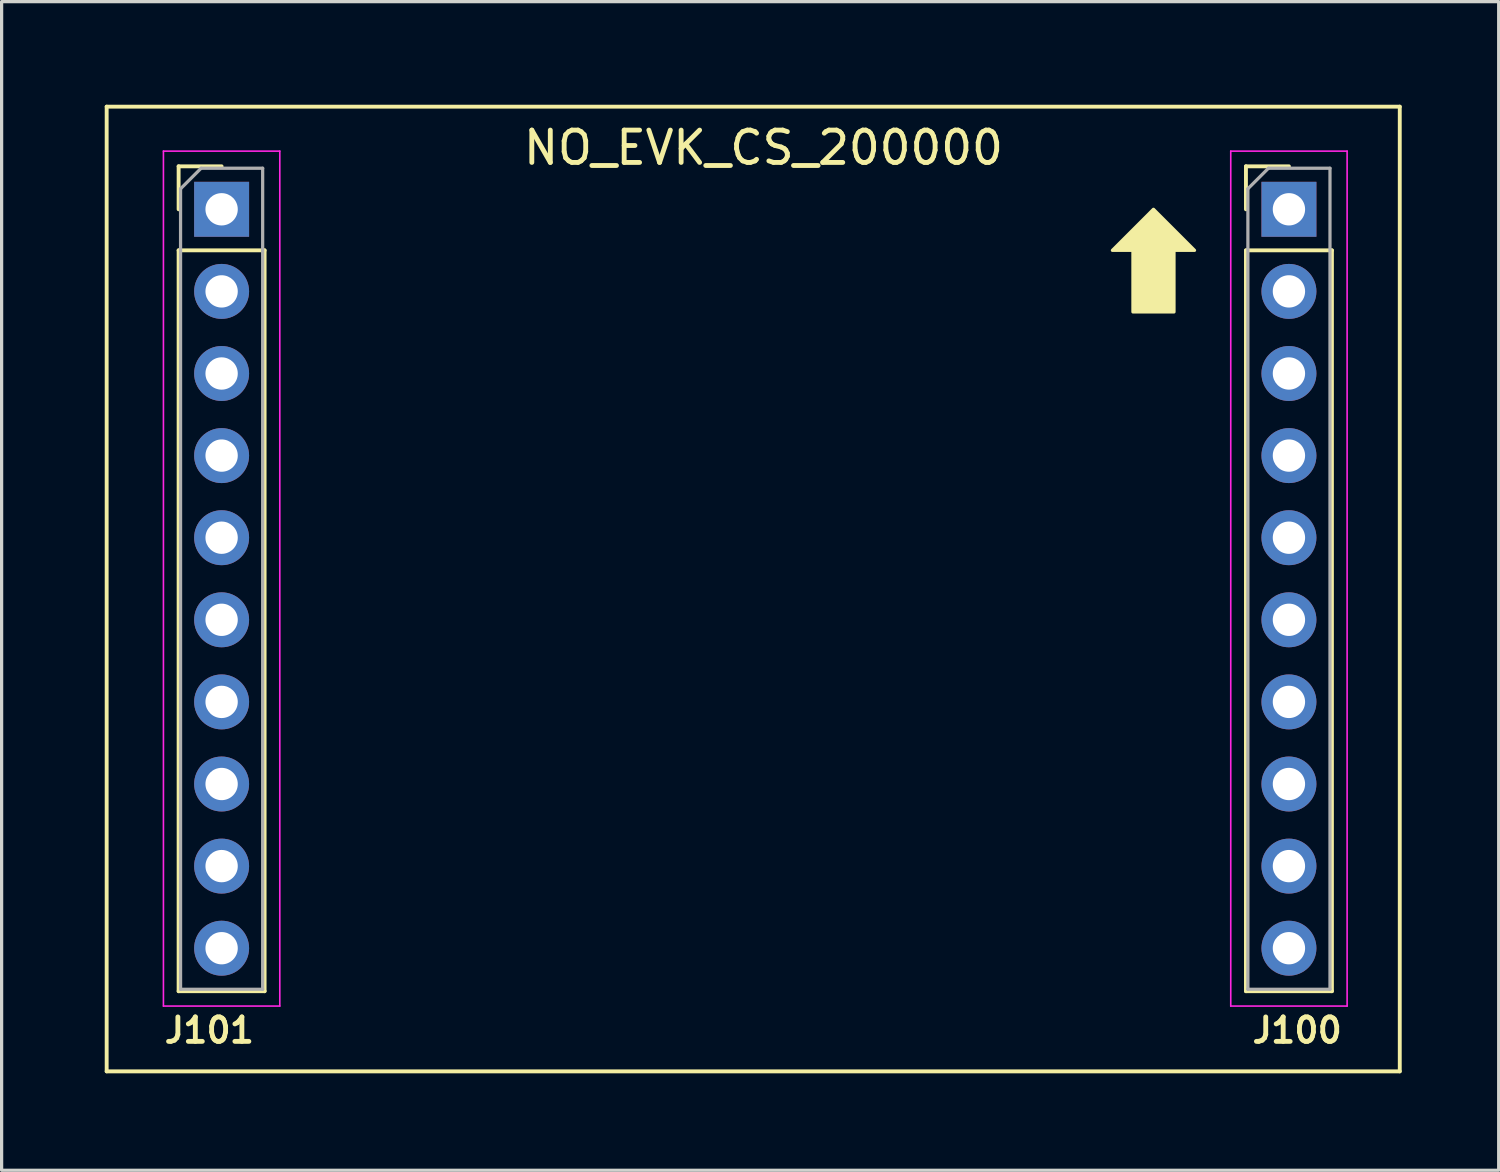
<source format=kicad_pcb>
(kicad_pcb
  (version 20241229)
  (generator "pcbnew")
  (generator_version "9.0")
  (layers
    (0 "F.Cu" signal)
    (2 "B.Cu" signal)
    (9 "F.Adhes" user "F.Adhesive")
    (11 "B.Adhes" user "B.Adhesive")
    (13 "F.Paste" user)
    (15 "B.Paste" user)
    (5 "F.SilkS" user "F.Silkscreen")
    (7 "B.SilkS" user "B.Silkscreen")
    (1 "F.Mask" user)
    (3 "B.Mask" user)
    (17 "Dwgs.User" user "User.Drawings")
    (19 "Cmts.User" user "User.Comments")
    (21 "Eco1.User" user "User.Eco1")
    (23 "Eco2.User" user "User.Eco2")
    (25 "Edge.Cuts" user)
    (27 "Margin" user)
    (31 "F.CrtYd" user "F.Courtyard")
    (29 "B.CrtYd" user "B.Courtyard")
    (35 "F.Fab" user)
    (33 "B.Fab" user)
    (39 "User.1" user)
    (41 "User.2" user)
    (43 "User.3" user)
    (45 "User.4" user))
  (footprint "NO_EVK_CS_200000"
    (layer "F.Cu")
    (at 0.25 0.25)
    (property "Reference" "NO_EVK_CS_200000" (at 20.32 1.27 0) (layer "F.SilkS") (effects (font (size 1 1) (thickness 0.15))))
    (attr through_hole)
    (fp_line (start 0 0) (end 0 29.845) (stroke (width 0.12) (type solid)) (layer "F.SilkS"))
    (fp_line (start 0 0) (end 40.005 0) (stroke (width 0.12) (type solid)) (layer "F.SilkS"))
    (fp_line (start 0 29.845) (end 40.005 29.845) (stroke (width 0.12) (type solid)) (layer "F.SilkS"))
    (fp_line (start 2.226 1.845) (end 3.556 1.845) (stroke (width 0.12) (type solid)) (layer "F.SilkS"))
    (fp_line (start 2.226 3.175) (end 2.226 1.845) (stroke (width 0.12) (type solid)) (layer "F.SilkS"))
    (fp_line (start 2.226 4.445) (end 2.226 27.365) (stroke (width 0.12) (type solid)) (layer "F.SilkS"))
    (fp_line (start 2.226 4.445) (end 4.886 4.445) (stroke (width 0.12) (type solid)) (layer "F.SilkS"))
    (fp_line (start 2.226 27.365) (end 4.886 27.365) (stroke (width 0.12) (type solid)) (layer "F.SilkS"))
    (fp_line (start 4.886 4.445) (end 4.886 27.365) (stroke (width 0.12) (type solid)) (layer "F.SilkS"))
    (fp_line (start 35.246 1.845) (end 36.576 1.845) (stroke (width 0.12) (type solid)) (layer "F.SilkS"))
    (fp_line (start 35.246 3.175) (end 35.246 1.845) (stroke (width 0.12) (type solid)) (layer "F.SilkS"))
    (fp_line (start 35.246 4.445) (end 35.246 27.365) (stroke (width 0.12) (type solid)) (layer "F.SilkS"))
    (fp_line (start 35.246 4.445) (end 37.906 4.445) (stroke (width 0.12) (type solid)) (layer "F.SilkS"))
    (fp_line (start 35.246 27.365) (end 37.906 27.365) (stroke (width 0.12) (type solid)) (layer "F.SilkS"))
    (fp_line (start 37.906 4.445) (end 37.906 27.365) (stroke (width 0.12) (type solid)) (layer "F.SilkS"))
    (fp_line (start 40.005 0) (end 40.005 29.845) (stroke (width 0.12) (type solid)) (layer "F.SilkS"))
    (fp_poly (pts (xy 33.655 4.445) (xy 33.02 4.445) (xy 33.02 6.35) (xy 31.75 6.35) (xy 31.75 4.445) (xy 31.115 4.445) (xy 32.385 3.175)) (stroke (width 0.1) (type solid)) (fill yes) (layer "F.SilkS"))
    (fp_line (start 1.756 1.375) (end 1.756 27.825) (stroke (width 0.05) (type solid)) (layer "F.CrtYd"))
    (fp_line (start 1.756 27.825) (end 5.356 27.825) (stroke (width 0.05) (type solid)) (layer "F.CrtYd"))
    (fp_line (start 5.356 1.375) (end 1.756 1.375) (stroke (width 0.05) (type solid)) (layer "F.CrtYd"))
    (fp_line (start 5.356 27.825) (end 5.356 1.375) (stroke (width 0.05) (type solid)) (layer "F.CrtYd"))
    (fp_line (start 34.776 1.375) (end 34.776 27.825) (stroke (width 0.05) (type solid)) (layer "F.CrtYd"))
    (fp_line (start 34.776 27.825) (end 38.376 27.825) (stroke (width 0.05) (type solid)) (layer "F.CrtYd"))
    (fp_line (start 38.376 1.375) (end 34.776 1.375) (stroke (width 0.05) (type solid)) (layer "F.CrtYd"))
    (fp_line (start 38.376 27.825) (end 38.376 1.375) (stroke (width 0.05) (type solid)) (layer "F.CrtYd"))
    (fp_line (start 2.286 2.54) (end 2.921 1.905) (stroke (width 0.1) (type solid)) (layer "F.Fab"))
    (fp_line (start 2.286 27.305) (end 2.286 2.54) (stroke (width 0.1) (type solid)) (layer "F.Fab"))
    (fp_line (start 2.921 1.905) (end 4.826 1.905) (stroke (width 0.1) (type solid)) (layer "F.Fab"))
    (fp_line (start 4.826 1.905) (end 4.826 27.305) (stroke (width 0.1) (type solid)) (layer "F.Fab"))
    (fp_line (start 4.826 27.305) (end 2.286 27.305) (stroke (width 0.1) (type solid)) (layer "F.Fab"))
    (fp_line (start 35.306 2.54) (end 35.941 1.905) (stroke (width 0.1) (type solid)) (layer "F.Fab"))
    (fp_line (start 35.306 27.305) (end 35.306 2.54) (stroke (width 0.1) (type solid)) (layer "F.Fab"))
    (fp_line (start 35.941 1.905) (end 37.846 1.905) (stroke (width 0.1) (type solid)) (layer "F.Fab"))
    (fp_line (start 37.846 1.905) (end 37.846 27.305) (stroke (width 0.1) (type solid)) (layer "F.Fab"))
    (fp_line (start 37.846 27.305) (end 35.306 27.305) (stroke (width 0.1) (type solid)) (layer "F.Fab"))
    (fp_text user "J100" (at 36.83 28.575 0) (layer "F.SilkS") (effects (font (size 0.756 0.756) (thickness 0.15))))
    (fp_text user "J101" (at 3.175 28.575 0) (layer "F.SilkS") (effects (font (size 0.756 0.756) (thickness 0.15))))
    (pad "1" thru_hole rect (at 36.576 3.175) (size 1.7 1.7) (drill 1) (layers "*.Cu" "*.Mask"))
    (pad "2" thru_hole oval (at 36.576 5.715) (size 1.7 1.7) (drill 1) (layers "*.Cu" "*.Mask"))
    (pad "3" thru_hole oval (at 36.576 8.255) (size 1.7 1.7) (drill 1) (layers "*.Cu" "*.Mask"))
    (pad "4" thru_hole oval (at 36.576 10.795) (size 1.7 1.7) (drill 1) (layers "*.Cu" "*.Mask"))
    (pad "5" thru_hole oval (at 36.576 13.335) (size 1.7 1.7) (drill 1) (layers "*.Cu" "*.Mask"))
    (pad "6" thru_hole oval (at 36.576 15.875) (size 1.7 1.7) (drill 1) (layers "*.Cu" "*.Mask"))
    (pad "7" thru_hole oval (at 36.576 18.415) (size 1.7 1.7) (drill 1) (layers "*.Cu" "*.Mask"))
    (pad "8" thru_hole oval (at 36.576 20.955) (size 1.7 1.7) (drill 1) (layers "*.Cu" "*.Mask"))
    (pad "9" thru_hole oval (at 36.576 23.495) (size 1.7 1.7) (drill 1) (layers "*.Cu" "*.Mask"))
    (pad "10" thru_hole oval (at 36.576 26.035) (size 1.7 1.7) (drill 1) (layers "*.Cu" "*.Mask"))
    (pad "11" thru_hole oval (at 3.556 26.035) (size 1.7 1.7) (drill 1) (layers "*.Cu" "*.Mask"))
    (pad "12" thru_hole oval (at 3.556 23.495) (size 1.7 1.7) (drill 1) (layers "*.Cu" "*.Mask"))
    (pad "13" thru_hole oval (at 3.556 20.955) (size 1.7 1.7) (drill 1) (layers "*.Cu" "*.Mask"))
    (pad "14" thru_hole oval (at 3.556 18.415) (size 1.7 1.7) (drill 1) (layers "*.Cu" "*.Mask"))
    (pad "15" thru_hole oval (at 3.556 15.875) (size 1.7 1.7) (drill 1) (layers "*.Cu" "*.Mask"))
    (pad "16" thru_hole oval (at 3.556 13.335) (size 1.7 1.7) (drill 1) (layers "*.Cu" "*.Mask"))
    (pad "17" thru_hole oval (at 3.556 10.795) (size 1.7 1.7) (drill 1) (layers "*.Cu" "*.Mask"))
    (pad "18" thru_hole oval (at 3.556 8.255) (size 1.7 1.7) (drill 1) (layers "*.Cu" "*.Mask"))
    (pad "19" thru_hole oval (at 3.556 5.715) (size 1.7 1.7) (drill 1) (layers "*.Cu" "*.Mask"))
    (pad "20" thru_hole rect (at 3.556 3.175) (size 1.7 1.7) (drill 1) (layers "*.Cu" "*.Mask")))
  (gr_rect
    (start -3 -3)
    (end 43.315 33.155)
    (stroke (width 0.1) (type default))
    (fill no)
    (layer "Edge.Cuts")))
</source>
